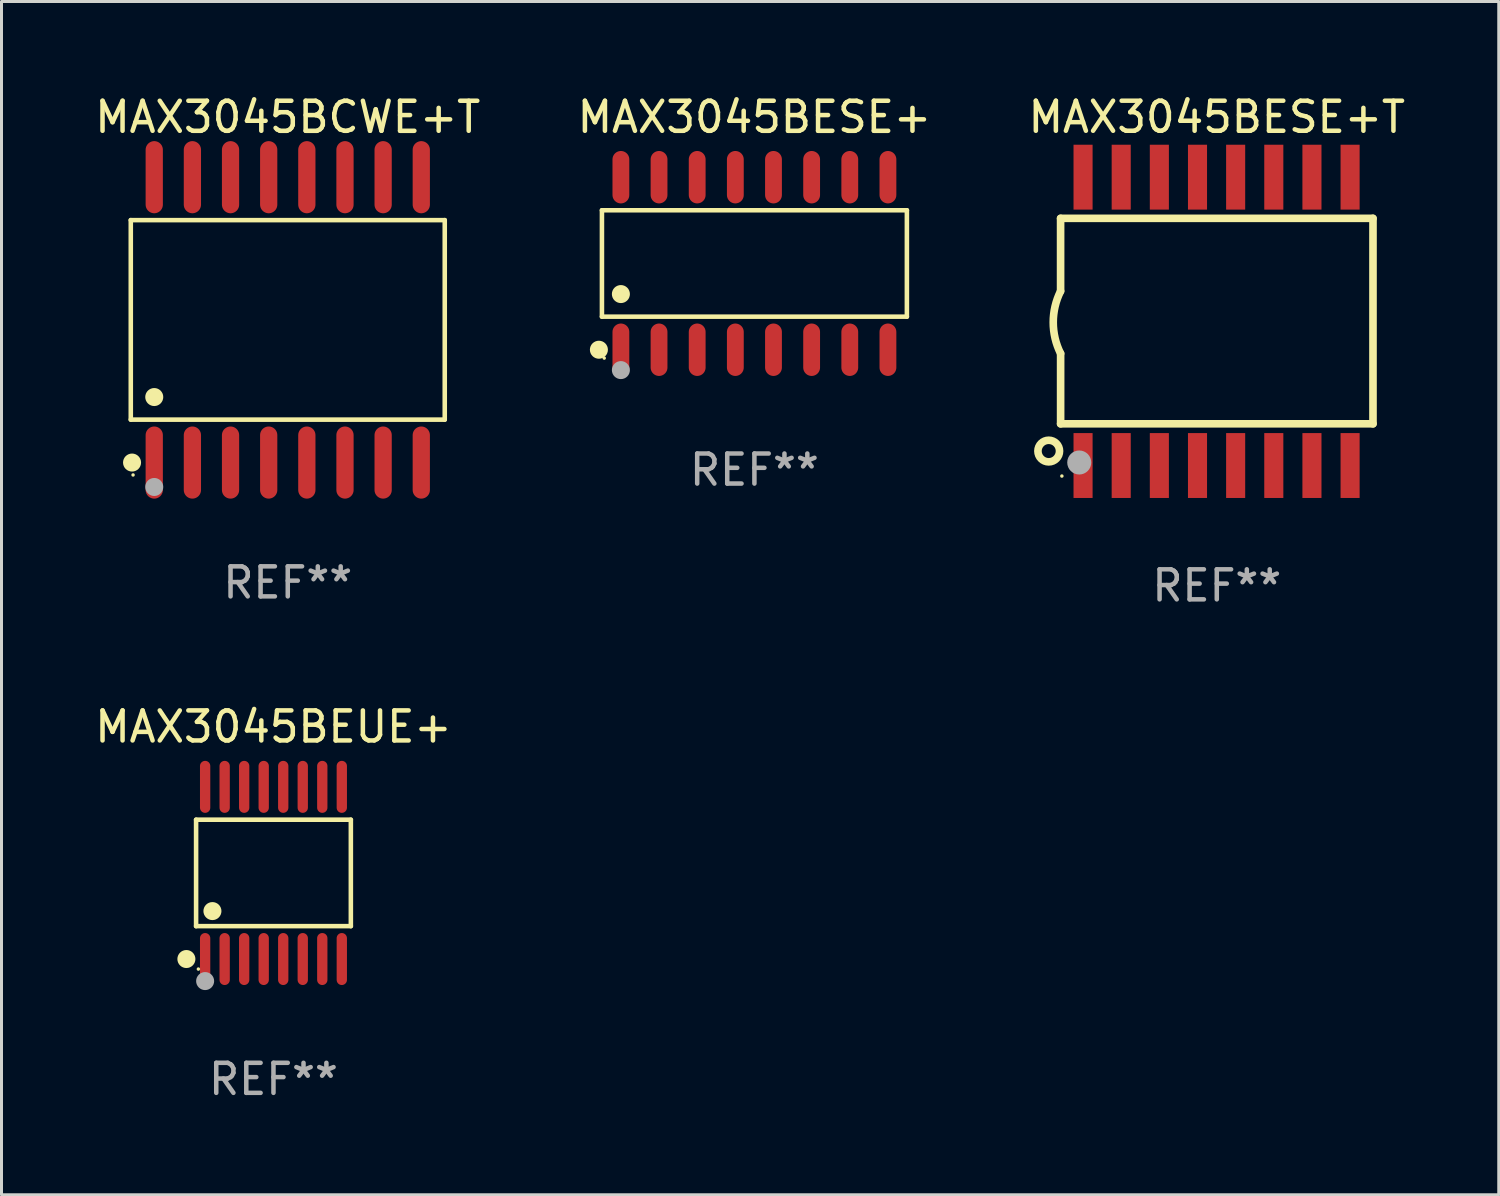
<source format=kicad_pcb>
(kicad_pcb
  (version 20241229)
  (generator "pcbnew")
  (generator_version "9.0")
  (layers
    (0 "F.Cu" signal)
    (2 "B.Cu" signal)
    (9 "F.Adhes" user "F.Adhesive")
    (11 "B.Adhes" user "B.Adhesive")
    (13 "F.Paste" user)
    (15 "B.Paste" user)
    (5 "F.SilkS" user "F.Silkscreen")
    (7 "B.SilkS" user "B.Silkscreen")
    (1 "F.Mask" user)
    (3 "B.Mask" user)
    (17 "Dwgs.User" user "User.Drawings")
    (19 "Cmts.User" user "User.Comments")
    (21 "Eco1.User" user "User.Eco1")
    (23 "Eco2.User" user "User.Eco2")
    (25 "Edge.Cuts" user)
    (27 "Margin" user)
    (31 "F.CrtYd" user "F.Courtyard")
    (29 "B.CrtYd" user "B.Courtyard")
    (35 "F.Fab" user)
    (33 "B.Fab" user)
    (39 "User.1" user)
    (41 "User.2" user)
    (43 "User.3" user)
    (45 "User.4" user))
  (footprint "MAX3045BCWE+T"
    (layer "F.Cu")
    (at 6.53 7.599)
    (property "Reference" "MAX3045BCWE+T" (at 0 -6.75 0) (layer "F.SilkS") (effects (font (size 1 1) (thickness 0.15))))
    (attr through_hole)
    (fp_line (start -5.226 -3.321) (end 5.226 -3.321) (stroke (width 0.152) (type solid)) (layer "F.SilkS"))
    (fp_line (start -5.226 3.321) (end -5.226 -3.321) (stroke (width 0.152) (type solid)) (layer "F.SilkS"))
    (fp_line (start 5.226 -3.321) (end 5.226 3.321) (stroke (width 0.152) (type solid)) (layer "F.SilkS"))
    (fp_line (start 5.226 3.321) (end -5.226 3.321) (stroke (width 0.152) (type solid)) (layer "F.SilkS"))
    (fp_circle (center -5.184 4.75) (end -5.034 4.75) (stroke (width 0.3) (type solid)) (fill no) (layer "F.SilkS"))
    (fp_circle (center -5.15 5.163) (end -5.12 5.163) (stroke (width 0.06) (type solid)) (fill no) (layer "F.SilkS"))
    (fp_circle (center -4.445 2.569) (end -4.295 2.569) (stroke (width 0.3) (type solid)) (fill no) (layer "F.SilkS"))
    (fp_circle (center -4.445 5.563) (end -4.295 5.563) (stroke (width 0.3) (type solid)) (fill no) (layer "F.Fab"))
    (fp_text user "REF**" (at 0 8.75 0) (layer "F.Fab") (effects (font (size 1 1) (thickness 0.15))))
    (pad "1" smd oval (at -4.445 4.75) (size 0.574 2.401) (layers "F.Cu" "F.Mask" "F.Paste"))
    (pad "2" smd oval (at -3.175 4.75) (size 0.574 2.401) (layers "F.Cu" "F.Mask" "F.Paste"))
    (pad "3" smd oval (at -1.905 4.75) (size 0.574 2.401) (layers "F.Cu" "F.Mask" "F.Paste"))
    (pad "4" smd oval (at -0.635 4.75) (size 0.574 2.401) (layers "F.Cu" "F.Mask" "F.Paste"))
    (pad "5" smd oval (at 0.635 4.75) (size 0.574 2.401) (layers "F.Cu" "F.Mask" "F.Paste"))
    (pad "6" smd oval (at 1.905 4.75) (size 0.574 2.401) (layers "F.Cu" "F.Mask" "F.Paste"))
    (pad "7" smd oval (at 3.175 4.75) (size 0.574 2.401) (layers "F.Cu" "F.Mask" "F.Paste"))
    (pad "8" smd oval (at 4.445 4.75) (size 0.574 2.401) (layers "F.Cu" "F.Mask" "F.Paste"))
    (pad "9" smd oval (at 4.445 -4.75) (size 0.574 2.401) (layers "F.Cu" "F.Mask" "F.Paste"))
    (pad "10" smd oval (at 3.175 -4.75) (size 0.574 2.401) (layers "F.Cu" "F.Mask" "F.Paste"))
    (pad "11" smd oval (at 1.905 -4.75) (size 0.574 2.401) (layers "F.Cu" "F.Mask" "F.Paste"))
    (pad "12" smd oval (at 0.635 -4.75) (size 0.574 2.401) (layers "F.Cu" "F.Mask" "F.Paste"))
    (pad "13" smd oval (at -0.635 -4.75) (size 0.574 2.401) (layers "F.Cu" "F.Mask" "F.Paste"))
    (pad "14" smd oval (at -1.905 -4.75) (size 0.574 2.401) (layers "F.Cu" "F.Mask" "F.Paste"))
    (pad "15" smd oval (at -3.175 -4.75) (size 0.574 2.401) (layers "F.Cu" "F.Mask" "F.Paste"))
    (pad "16" smd oval (at -4.445 -4.75) (size 0.574 2.401) (layers "F.Cu" "F.Mask" "F.Paste")))
  (footprint "MAX3045BESE+"
    (layer "F.Cu")
    (at 22.065 5.721)
    (property "Reference" "MAX3045BESE+" (at 0 -4.872 0) (layer "F.SilkS") (effects (font (size 1 1) (thickness 0.15))))
    (attr through_hole)
    (fp_line (start -5.076 -1.771) (end 5.076 -1.771) (stroke (width 0.152) (type solid)) (layer "F.SilkS"))
    (fp_line (start -5.076 1.771) (end -5.076 -1.771) (stroke (width 0.152) (type solid)) (layer "F.SilkS"))
    (fp_line (start 5.076 -1.771) (end 5.076 1.771) (stroke (width 0.152) (type solid)) (layer "F.SilkS"))
    (fp_line (start 5.076 1.771) (end -5.076 1.771) (stroke (width 0.152) (type solid)) (layer "F.SilkS"))
    (fp_circle (center -5.177 2.872) (end -5.027 2.872) (stroke (width 0.3) (type solid)) (fill no) (layer "F.SilkS"))
    (fp_circle (center -5 3.15) (end -4.97 3.15) (stroke (width 0.06) (type solid)) (fill no) (layer "F.SilkS"))
    (fp_circle (center -4.445 1.019) (end -4.295 1.019) (stroke (width 0.3) (type solid)) (fill no) (layer "F.SilkS"))
    (fp_circle (center -4.445 3.55) (end -4.295 3.55) (stroke (width 0.3) (type solid)) (fill no) (layer "F.Fab"))
    (fp_text user "REF**" (at 0 6.872 0) (layer "F.Fab") (effects (font (size 1 1) (thickness 0.15))))
    (pad "1" smd oval (at -4.445 2.872) (size 0.56 1.745) (layers "F.Cu" "F.Mask" "F.Paste"))
    (pad "2" smd oval (at -3.175 2.872) (size 0.56 1.745) (layers "F.Cu" "F.Mask" "F.Paste"))
    (pad "3" smd oval (at -1.905 2.872) (size 0.56 1.745) (layers "F.Cu" "F.Mask" "F.Paste"))
    (pad "4" smd oval (at -0.635 2.872) (size 0.56 1.745) (layers "F.Cu" "F.Mask" "F.Paste"))
    (pad "5" smd oval (at 0.635 2.872) (size 0.56 1.745) (layers "F.Cu" "F.Mask" "F.Paste"))
    (pad "6" smd oval (at 1.905 2.872) (size 0.56 1.745) (layers "F.Cu" "F.Mask" "F.Paste"))
    (pad "7" smd oval (at 3.175 2.872) (size 0.56 1.745) (layers "F.Cu" "F.Mask" "F.Paste"))
    (pad "8" smd oval (at 4.445 2.872) (size 0.56 1.745) (layers "F.Cu" "F.Mask" "F.Paste"))
    (pad "9" smd oval (at 4.445 -2.872) (size 0.56 1.745) (layers "F.Cu" "F.Mask" "F.Paste"))
    (pad "10" smd oval (at 3.175 -2.872) (size 0.56 1.745) (layers "F.Cu" "F.Mask" "F.Paste"))
    (pad "11" smd oval (at 1.905 -2.872) (size 0.56 1.745) (layers "F.Cu" "F.Mask" "F.Paste"))
    (pad "12" smd oval (at 0.635 -2.872) (size 0.56 1.745) (layers "F.Cu" "F.Mask" "F.Paste"))
    (pad "13" smd oval (at -0.635 -2.872) (size 0.56 1.745) (layers "F.Cu" "F.Mask" "F.Paste"))
    (pad "14" smd oval (at -1.905 -2.872) (size 0.56 1.745) (layers "F.Cu" "F.Mask" "F.Paste"))
    (pad "15" smd oval (at -3.175 -2.872) (size 0.56 1.745) (layers "F.Cu" "F.Mask" "F.Paste"))
    (pad "16" smd oval (at -4.445 -2.872) (size 0.56 1.745) (layers "F.Cu" "F.Mask" "F.Paste")))
  (footprint "MAX3045BESE+T"
    (layer "F.Cu")
    (at 37.458 7.648)
    (property "Reference" "MAX3045BESE+T" (at 0 -6.8 0) (layer "F.SilkS") (effects (font (size 1 1) (thickness 0.15))))
    (attr through_hole)
    (fp_line (start -5.2 -3.429) (end -5.2 -1.005) (stroke (width 0.254) (type solid)) (layer "F.SilkS"))
    (fp_line (start -5.2 -3.429) (end 5.2 -3.429) (stroke (width 0.254) (type solid)) (layer "F.SilkS"))
    (fp_line (start -5.2 3.411) (end 5.2 3.411) (stroke (width 0.254) (type solid)) (layer "F.SilkS"))
    (fp_line (start -5.199 1.071) (end -5.199 3.411) (stroke (width 0.254) (type solid)) (layer "F.SilkS"))
    (fp_line (start 5.2 -3.429) (end 5.2 3.411) (stroke (width 0.254) (type solid)) (layer "F.SilkS"))
    (fp_arc (start -5.199391 1.07079) (mid -5.444637 0.032863) (end -5.2 -1.005207) (stroke (width 0.254001) (type solid)) (layer "F.SilkS"))
    (fp_circle (center -5.595 4.318) (end -5.235 4.318) (stroke (width 0.254) (type solid)) (fill no) (layer "F.SilkS"))
    (fp_circle (center -5.157 5.15) (end -5.127 5.15) (stroke (width 0.06) (type solid)) (fill no) (layer "F.SilkS"))
    (fp_circle (center -4.579 4.699) (end -4.379 4.699) (stroke (width 0.4) (type solid)) (fill no) (layer "F.Fab"))
    (fp_text user "REF**" (at 0 8.8 0) (layer "F.Fab") (effects (font (size 1 1) (thickness 0.15))))
    (pad "1" smd rect (at -4.452 4.8) (size 0.635 2.16) (layers "F.Cu" "F.Mask" "F.Paste"))
    (pad "2" smd rect (at -3.182 4.8) (size 0.635 2.16) (layers "F.Cu" "F.Mask" "F.Paste"))
    (pad "3" smd rect (at -1.912 4.8) (size 0.635 2.16) (layers "F.Cu" "F.Mask" "F.Paste"))
    (pad "4" smd rect (at -0.642 4.8) (size 0.635 2.16) (layers "F.Cu" "F.Mask" "F.Paste"))
    (pad "5" smd rect (at 0.628 4.8) (size 0.635 2.16) (layers "F.Cu" "F.Mask" "F.Paste"))
    (pad "6" smd rect (at 1.898 4.8) (size 0.635 2.16) (layers "F.Cu" "F.Mask" "F.Paste"))
    (pad "7" smd rect (at 3.168 4.8) (size 0.635 2.16) (layers "F.Cu" "F.Mask" "F.Paste"))
    (pad "8" smd rect (at 4.438 4.8) (size 0.635 2.16) (layers "F.Cu" "F.Mask" "F.Paste"))
    (pad "9" smd rect (at 4.438 -4.8) (size 0.635 2.16) (layers "F.Cu" "F.Mask" "F.Paste"))
    (pad "10" smd rect (at 3.168 -4.8) (size 0.635 2.16) (layers "F.Cu" "F.Mask" "F.Paste"))
    (pad "11" smd rect (at 1.898 -4.8) (size 0.635 2.16) (layers "F.Cu" "F.Mask" "F.Paste"))
    (pad "12" smd rect (at 0.628 -4.8) (size 0.635 2.16) (layers "F.Cu" "F.Mask" "F.Paste"))
    (pad "13" smd rect (at -0.642 -4.8) (size 0.635 2.16) (layers "F.Cu" "F.Mask" "F.Paste"))
    (pad "14" smd rect (at -1.912 -4.8) (size 0.635 2.16) (layers "F.Cu" "F.Mask" "F.Paste"))
    (pad "15" smd rect (at -3.182 -4.8) (size 0.635 2.16) (layers "F.Cu" "F.Mask" "F.Paste"))
    (pad "16" smd rect (at -4.452 -4.8) (size 0.635 2.16) (layers "F.Cu" "F.Mask" "F.Paste")))
  (footprint "MAX3045BEUE+"
    (layer "F.Cu")
    (at 6.054 26.011)
    (property "Reference" "MAX3045BEUE+" (at 0 -4.866 0) (layer "F.SilkS") (effects (font (size 1 1) (thickness 0.15))))
    (attr through_hole)
    (fp_line (start -2.576 -1.772) (end 2.576 -1.772) (stroke (width 0.152) (type solid)) (layer "F.SilkS"))
    (fp_line (start -2.576 1.771) (end -2.576 -1.772) (stroke (width 0.152) (type solid)) (layer "F.SilkS"))
    (fp_line (start 2.576 -1.772) (end 2.576 1.771) (stroke (width 0.152) (type solid)) (layer "F.SilkS"))
    (fp_line (start 2.576 1.771) (end -2.576 1.771) (stroke (width 0.152) (type solid)) (layer "F.SilkS"))
    (fp_circle (center -2.899 2.866) (end -2.749 2.866) (stroke (width 0.3) (type solid)) (fill no) (layer "F.SilkS"))
    (fp_circle (center -2.5 3.2) (end -2.47 3.2) (stroke (width 0.06) (type solid)) (fill no) (layer "F.SilkS"))
    (fp_circle (center -2.032 1.27) (end -1.882 1.27) (stroke (width 0.3) (type solid)) (fill no) (layer "F.SilkS"))
    (fp_circle (center -2.275 3.6) (end -2.125 3.6) (stroke (width 0.3) (type solid)) (fill no) (layer "F.Fab"))
    (fp_text user "REF**" (at 0 6.866 0) (layer "F.Fab") (effects (font (size 1 1) (thickness 0.15))))
    (pad "1" smd oval (at -2.275 2.866) (size 0.343 1.731) (layers "F.Cu" "F.Mask" "F.Paste"))
    (pad "2" smd oval (at -1.625 2.866) (size 0.343 1.731) (layers "F.Cu" "F.Mask" "F.Paste"))
    (pad "3" smd oval (at -0.975 2.866) (size 0.343 1.731) (layers "F.Cu" "F.Mask" "F.Paste"))
    (pad "4" smd oval (at -0.325 2.866) (size 0.343 1.731) (layers "F.Cu" "F.Mask" "F.Paste"))
    (pad "5" smd oval (at 0.325 2.866) (size 0.343 1.731) (layers "F.Cu" "F.Mask" "F.Paste"))
    (pad "6" smd oval (at 0.975 2.866) (size 0.343 1.731) (layers "F.Cu" "F.Mask" "F.Paste"))
    (pad "7" smd oval (at 1.625 2.866) (size 0.343 1.731) (layers "F.Cu" "F.Mask" "F.Paste"))
    (pad "8" smd oval (at 2.275 2.866) (size 0.343 1.731) (layers "F.Cu" "F.Mask" "F.Paste"))
    (pad "9" smd oval (at 2.275 -2.866) (size 0.343 1.731) (layers "F.Cu" "F.Mask" "F.Paste"))
    (pad "10" smd oval (at 1.625 -2.866) (size 0.343 1.731) (layers "F.Cu" "F.Mask" "F.Paste"))
    (pad "11" smd oval (at 0.975 -2.866) (size 0.343 1.731) (layers "F.Cu" "F.Mask" "F.Paste"))
    (pad "12" smd oval (at 0.325 -2.866) (size 0.343 1.731) (layers "F.Cu" "F.Mask" "F.Paste"))
    (pad "13" smd oval (at -0.325 -2.866) (size 0.343 1.731) (layers "F.Cu" "F.Mask" "F.Paste"))
    (pad "14" smd oval (at -0.975 -2.866) (size 0.343 1.731) (layers "F.Cu" "F.Mask" "F.Paste"))
    (pad "15" smd oval (at -1.625 -2.866) (size 0.343 1.731) (layers "F.Cu" "F.Mask" "F.Paste"))
    (pad "16" smd oval (at -2.275 -2.866) (size 0.343 1.731) (layers "F.Cu" "F.Mask" "F.Paste")))
  (gr_rect
    (start -3 -3)
    (end 46.845 36.725)
    (stroke (width 0.1) (type default))
    (fill no)
    (layer "Edge.Cuts")))
</source>
